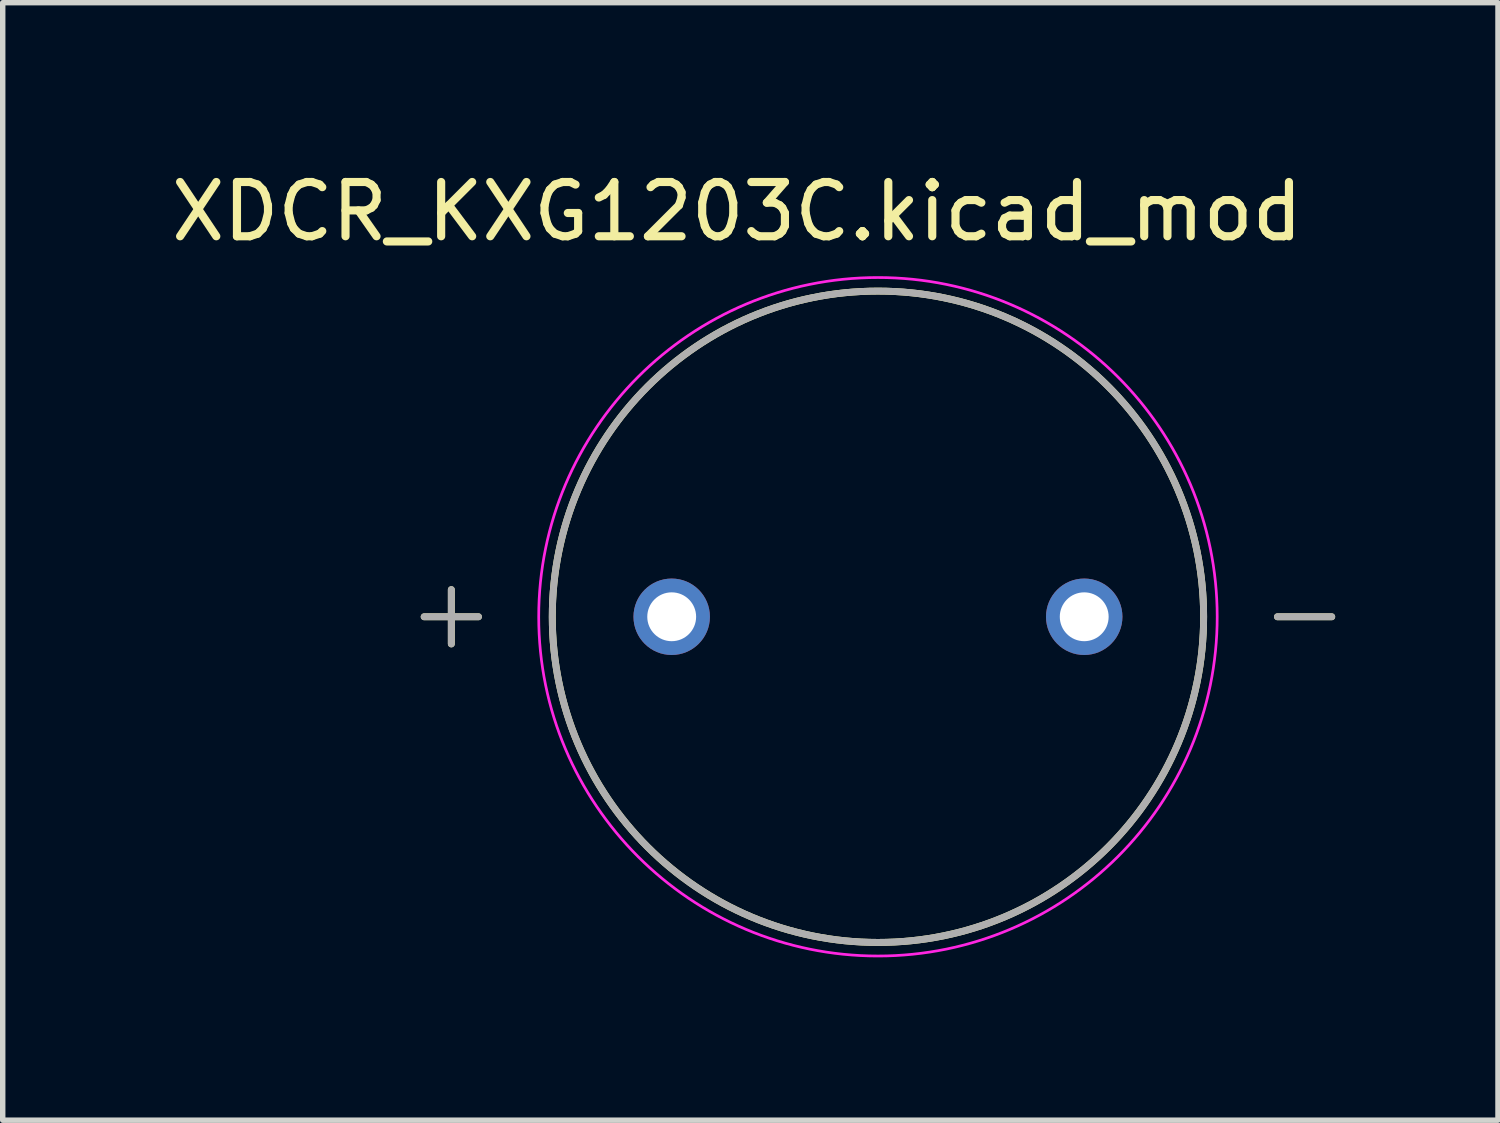
<source format=kicad_pcb>
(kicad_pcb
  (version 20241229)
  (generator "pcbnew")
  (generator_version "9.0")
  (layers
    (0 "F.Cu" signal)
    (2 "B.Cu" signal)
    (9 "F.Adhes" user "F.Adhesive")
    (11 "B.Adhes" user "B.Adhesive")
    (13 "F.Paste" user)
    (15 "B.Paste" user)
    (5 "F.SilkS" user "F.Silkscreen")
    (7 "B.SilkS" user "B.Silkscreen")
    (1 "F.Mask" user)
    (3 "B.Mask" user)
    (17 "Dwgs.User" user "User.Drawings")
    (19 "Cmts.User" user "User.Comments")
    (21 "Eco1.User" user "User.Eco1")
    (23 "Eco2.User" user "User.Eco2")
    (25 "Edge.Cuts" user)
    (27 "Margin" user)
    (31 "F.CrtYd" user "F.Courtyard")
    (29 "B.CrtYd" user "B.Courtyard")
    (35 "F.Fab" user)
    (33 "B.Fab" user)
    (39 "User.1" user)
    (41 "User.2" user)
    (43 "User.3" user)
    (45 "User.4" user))
  (footprint "XDCR_KXG1203C.kicad_mod"
    (layer "F.Cu")
    (at 13.125 8.313)
    (property "Reference" "XDCR_KXG1203C.kicad_mod" (at -2.595 -7.465 0) (layer "F.SilkS") (effects (font (size 1 1) (thickness 0.15))))
    (attr through_hole)
    (fp_line (start -8.36 0) (end -7.36 0) (stroke (width 0.127) (type solid)) (layer "F.SilkS"))
    (fp_line (start -7.86 -0.5) (end -7.86 0.5) (stroke (width 0.127) (type solid)) (layer "F.SilkS"))
    (fp_line (start 7.36 0) (end 8.36 0) (stroke (width 0.127) (type solid)) (layer "F.SilkS"))
    (fp_circle (center 0 0) (end 6 0) (stroke (width 0.127) (type solid)) (fill no) (layer "F.SilkS"))
    (fp_circle (center 0 0) (end 6.25 0) (stroke (width 0.05) (type solid)) (fill no) (layer "F.CrtYd"))
    (fp_line (start -8.36 0) (end -7.36 0) (stroke (width 0.127) (type solid)) (layer "F.Fab"))
    (fp_line (start -7.86 -0.5) (end -7.86 0.5) (stroke (width 0.127) (type solid)) (layer "F.Fab"))
    (fp_line (start 7.36 0) (end 8.36 0) (stroke (width 0.127) (type solid)) (layer "F.Fab"))
    (fp_circle (center 0 0) (end 6 0) (stroke (width 0.127) (type solid)) (fill no) (layer "F.Fab"))
    (pad "N" thru_hole circle (at 3.8 0) (size 1.408 1.408) (drill 0.9) (layers "*.Cu" "*.Mask"))
    (pad "P" thru_hole circle (at -3.8 0) (size 1.408 1.408) (drill 0.9) (layers "*.Cu" "*.Mask")))
  (gr_rect
    (start -3 -3)
    (end 24.548 17.588)
    (stroke (width 0.1) (type default))
    (fill no)
    (layer "Edge.Cuts")))
</source>
